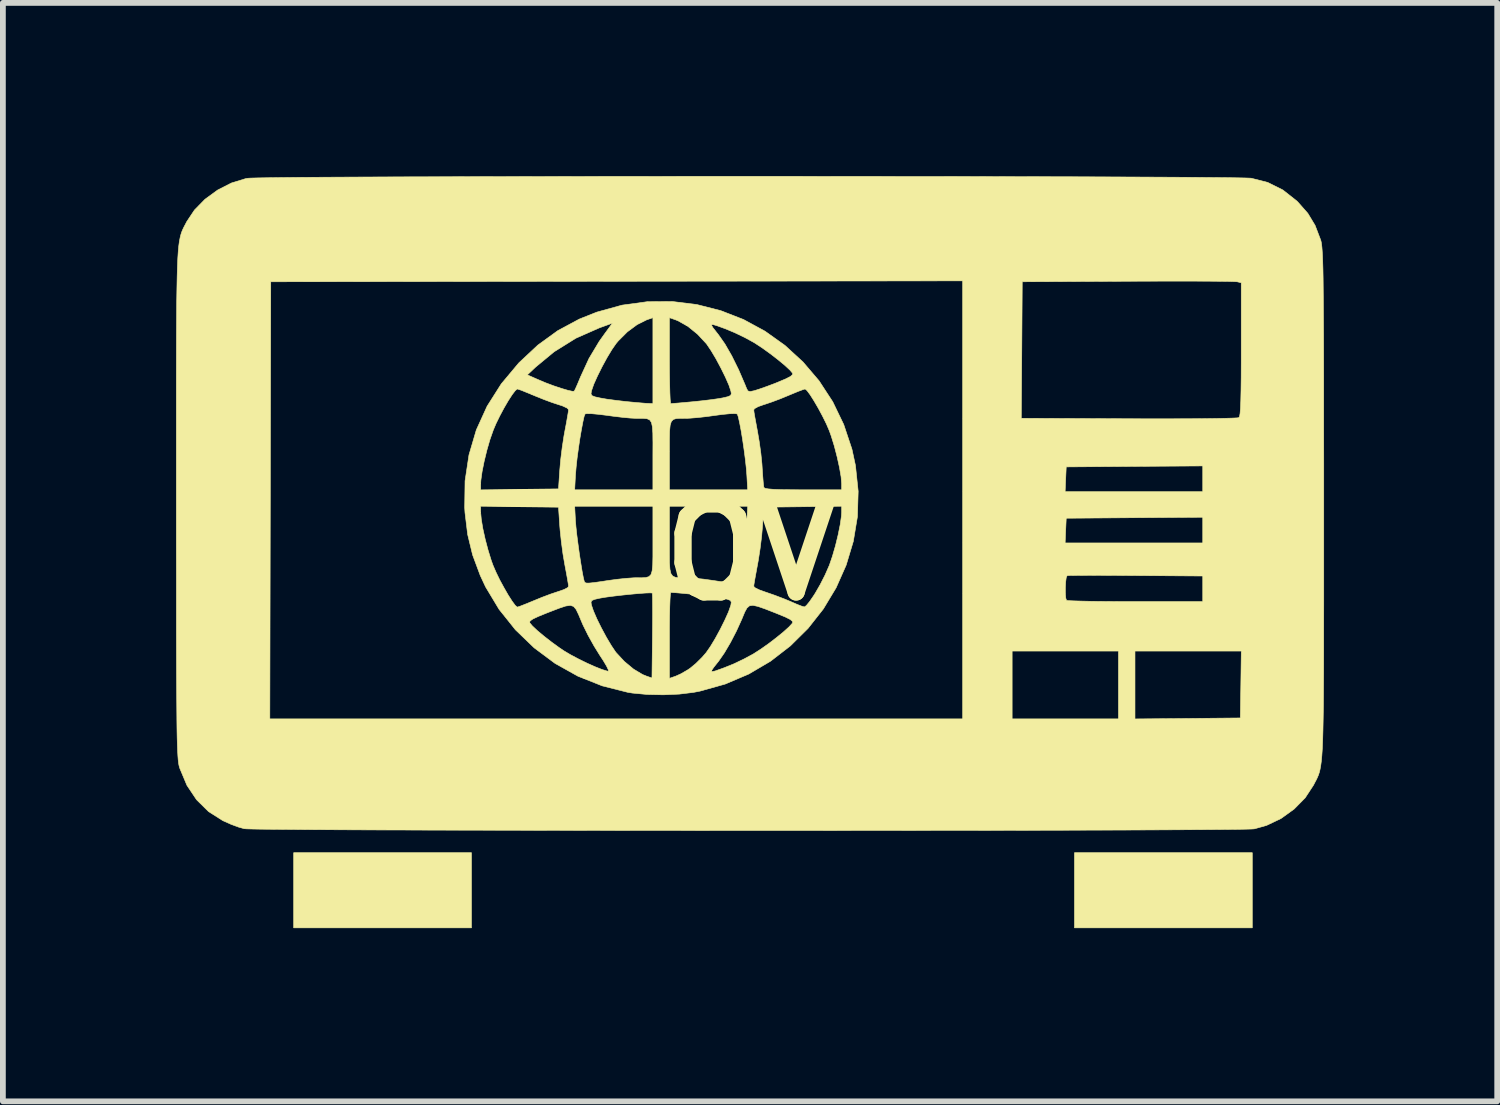
<source format=kicad_pcb>
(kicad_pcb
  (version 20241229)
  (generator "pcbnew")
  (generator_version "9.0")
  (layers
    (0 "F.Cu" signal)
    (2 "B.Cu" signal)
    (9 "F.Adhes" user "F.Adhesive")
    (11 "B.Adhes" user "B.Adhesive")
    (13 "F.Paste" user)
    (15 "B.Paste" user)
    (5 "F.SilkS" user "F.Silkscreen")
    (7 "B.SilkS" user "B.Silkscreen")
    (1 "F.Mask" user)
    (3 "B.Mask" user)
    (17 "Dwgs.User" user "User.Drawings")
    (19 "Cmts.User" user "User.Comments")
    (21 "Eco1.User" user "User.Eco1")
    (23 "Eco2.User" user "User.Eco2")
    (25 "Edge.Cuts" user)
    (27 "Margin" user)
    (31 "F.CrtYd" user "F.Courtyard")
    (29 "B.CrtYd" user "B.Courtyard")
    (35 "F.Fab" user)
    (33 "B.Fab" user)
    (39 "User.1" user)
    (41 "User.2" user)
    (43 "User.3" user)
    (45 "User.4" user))
  (footprint "OV"
    (layer "F.Cu")
    (at 9.943 6.514)
    (property "Reference" "OV" (at 0 0 0) (layer "F.SilkS") (effects (font (size 1.524 1.524) (thickness 0.3))))
    (attr through_hole)
    (fp_poly (pts (xy -4.826 6.509) (xy -7.906 6.509) (xy -7.906 5.207) (xy -4.826 5.207) (xy -4.826 6.509)) (stroke (width 0.01) (type solid)) (fill yes) (layer "F.SilkS"))
    (fp_poly (pts (xy 8.7 6.509) (xy 5.62 6.509) (xy 5.62 5.207) (xy 8.7 5.207) (xy 8.7 6.509)) (stroke (width 0.01) (type solid)) (fill yes) (layer "F.SilkS"))
    (fp_poly (pts (xy 0.791 -6.509) (xy 1.435 -6.508) (xy 2.072 -6.508) (xy 2.698 -6.507) (xy 3.311 -6.507) (xy 3.907 -6.506) (xy 4.483 -6.504) (xy 5.036 -6.503) (xy 5.562 -6.502) (xy 6.059 -6.5) (xy 6.523 -6.498) (xy 6.95 -6.496) (xy 7.339 -6.494) (xy 7.685 -6.492) (xy 7.985 -6.489) (xy 8.236 -6.487) (xy 8.435 -6.484) (xy 8.579 -6.481) (xy 8.664 -6.478) (xy 8.684 -6.476) (xy 8.967 -6.404) (xy 9.23 -6.273) (xy 9.471 -6.083) (xy 9.49 -6.064) (xy 9.662 -5.869) (xy 9.788 -5.66) (xy 9.882 -5.414) (xy 9.887 -5.4) (xy 9.894 -5.371) (xy 9.9 -5.333) (xy 9.906 -5.283) (xy 9.911 -5.218) (xy 9.916 -5.135) (xy 9.92 -5.03) (xy 9.924 -4.9) (xy 9.927 -4.742) (xy 9.929 -4.554) (xy 9.931 -4.33) (xy 9.933 -4.07) (xy 9.935 -3.768) (xy 9.936 -3.423) (xy 9.937 -3.03) (xy 9.937 -2.588) (xy 9.937 -2.091) (xy 9.938 -1.538) (xy 9.938 -0.925) (xy 9.938 -0.841) (xy 9.938 -0.216) (xy 9.938 0.349) (xy 9.938 0.857) (xy 9.937 1.311) (xy 9.937 1.715) (xy 9.936 2.072) (xy 9.934 2.385) (xy 9.932 2.657) (xy 9.928 2.893) (xy 9.924 3.094) (xy 9.919 3.264) (xy 9.913 3.407) (xy 9.905 3.525) (xy 9.896 3.623) (xy 9.885 3.703) (xy 9.873 3.768) (xy 9.859 3.823) (xy 9.843 3.869) (xy 9.825 3.911) (xy 9.805 3.952) (xy 9.782 3.995) (xy 9.761 4.036) (xy 9.617 4.256) (xy 9.424 4.452) (xy 9.196 4.616) (xy 8.946 4.735) (xy 8.735 4.794) (xy 8.687 4.797) (xy 8.58 4.8) (xy 8.415 4.803) (xy 8.196 4.805) (xy 7.927 4.807) (xy 7.61 4.809) (xy 7.248 4.811) (xy 6.846 4.813) (xy 6.405 4.815) (xy 5.93 4.816) (xy 5.423 4.818) (xy 4.887 4.819) (xy 4.326 4.82) (xy 3.743 4.821) (xy 3.141 4.821) (xy 2.523 4.822) (xy 1.893 4.822) (xy 1.253 4.823) (xy 0.607 4.823) (xy -0.042 4.823) (xy -0.691 4.823) (xy -1.336 4.822) (xy -1.975 4.822) (xy -2.605 4.821) (xy -3.221 4.82) (xy -3.822 4.819) (xy -4.403 4.818) (xy -4.962 4.817) (xy -5.495 4.816) (xy -6 4.814) (xy -6.472 4.813) (xy -6.91 4.811) (xy -7.309 4.809) (xy -7.667 4.807) (xy -7.98 4.804) (xy -8.245 4.802) (xy -8.459 4.8) (xy -8.619 4.797) (xy -8.722 4.794) (xy -8.763 4.791) (xy -8.863 4.763) (xy -8.992 4.715) (xy -9.124 4.656) (xy -9.133 4.652) (xy -9.38 4.495) (xy -9.588 4.29) (xy -9.755 4.04) (xy -9.877 3.749) (xy -9.887 3.717) (xy -9.894 3.688) (xy -9.9 3.65) (xy -9.906 3.6) (xy -9.911 3.535) (xy -9.916 3.452) (xy -9.92 3.347) (xy -9.924 3.217) (xy -9.927 3.06) (xy -9.929 2.889) (xy -8.319 2.889) (xy 3.683 2.889) (xy 3.683 1.714) (xy 4.54 1.714) (xy 4.54 2.889) (xy 6.382 2.889) (xy 6.382 1.714) (xy 6.668 1.714) (xy 6.668 2.89) (xy 7.58 2.882) (xy 8.493 2.873) (xy 8.502 2.294) (xy 8.51 1.714) (xy 6.668 1.714) (xy 6.382 1.714) (xy 4.54 1.714) (xy 3.683 1.714) (xy 3.683 0.617) (xy 5.462 0.617) (xy 5.462 0.717) (xy 5.469 0.797) (xy 5.482 0.836) (xy 5.518 0.841) (xy 5.61 0.845) (xy 5.751 0.849) (xy 5.933 0.853) (xy 6.151 0.855) (xy 6.397 0.857) (xy 6.663 0.857) (xy 6.673 0.857) (xy 7.842 0.857) (xy 7.842 0.414) (xy 6.683 0.406) (xy 6.417 0.404) (xy 6.171 0.403) (xy 5.952 0.402) (xy 5.768 0.403) (xy 5.625 0.404) (xy 5.531 0.405) (xy 5.493 0.407) (xy 5.477 0.442) (xy 5.467 0.518) (xy 5.462 0.617) (xy 3.683 0.617) (xy 3.683 -0.159) (xy 5.458 -0.159) (xy 7.842 -0.159) (xy 7.842 -0.604) (xy 6.66 -0.596) (xy 5.477 -0.587) (xy 5.467 -0.373) (xy 5.458 -0.159) (xy 3.683 -0.159) (xy 3.683 -0.905) (xy 3.683 -1.048) (xy 5.458 -1.048) (xy 7.842 -1.048) (xy 7.842 -1.493) (xy 6.66 -1.485) (xy 5.477 -1.476) (xy 5.467 -1.262) (xy 5.458 -1.048) (xy 3.683 -1.048) (xy 3.683 -2.318) (xy 4.698 -2.318) (xy 6.564 -2.31) (xy 6.903 -2.309) (xy 7.224 -2.309) (xy 7.52 -2.31) (xy 7.786 -2.311) (xy 8.017 -2.314) (xy 8.206 -2.317) (xy 8.349 -2.321) (xy 8.439 -2.325) (xy 8.469 -2.33) (xy 8.48 -2.352) (xy 8.489 -2.405) (xy 8.496 -2.494) (xy 8.501 -2.624) (xy 8.505 -2.799) (xy 8.508 -3.026) (xy 8.509 -3.307) (xy 8.509 -3.512) (xy 8.509 -4.666) (xy 8.438 -4.683) (xy 8.393 -4.686) (xy 8.292 -4.689) (xy 8.138 -4.691) (xy 7.939 -4.693) (xy 7.7 -4.694) (xy 7.426 -4.694) (xy 7.125 -4.694) (xy 6.802 -4.693) (xy 6.54 -4.692) (xy 4.715 -4.683) (xy 4.707 -3.501) (xy 4.698 -2.318) (xy 3.683 -2.318) (xy 3.683 -4.699) (xy -8.303 -4.683) (xy -8.311 -0.897) (xy -8.319 2.889) (xy -9.929 2.889) (xy -9.929 2.871) (xy -9.931 2.648) (xy -9.933 2.387) (xy -9.935 2.086) (xy -9.936 1.74) (xy -9.937 1.348) (xy -9.937 0.905) (xy -9.937 0.408) (xy -9.938 -0.145) (xy -9.938 -0.757) (xy -9.938 -0.841) (xy -9.938 -1.467) (xy -9.938 -2.032) (xy -9.938 -2.54) (xy -9.938 -2.994) (xy -9.937 -3.398) (xy -9.936 -3.755) (xy -9.934 -4.068) (xy -9.932 -4.34) (xy -9.928 -4.575) (xy -9.924 -4.777) (xy -9.919 -4.947) (xy -9.913 -5.09) (xy -9.905 -5.209) (xy -9.896 -5.306) (xy -9.885 -5.387) (xy -9.872 -5.452) (xy -9.858 -5.507) (xy -9.842 -5.554) (xy -9.824 -5.596) (xy -9.804 -5.637) (xy -9.781 -5.68) (xy -9.759 -5.723) (xy -9.624 -5.926) (xy -9.441 -6.113) (xy -9.223 -6.272) (xy -8.984 -6.394) (xy -8.74 -6.469) (xy -8.7 -6.476) (xy -8.647 -6.479) (xy -8.534 -6.482) (xy -8.364 -6.485) (xy -8.141 -6.488) (xy -7.866 -6.491) (xy -7.544 -6.493) (xy -7.178 -6.495) (xy -6.771 -6.497) (xy -6.326 -6.499) (xy -5.847 -6.501) (xy -5.336 -6.502) (xy -4.797 -6.504) (xy -4.233 -6.505) (xy -3.647 -6.506) (xy -3.043 -6.507) (xy -2.424 -6.508) (xy -1.792 -6.508) (xy -1.152 -6.509) (xy -0.505 -6.509) (xy 0.143 -6.509) (xy 0.791 -6.509)) (stroke (width 0.01) (type solid)) (fill yes) (layer "F.SilkS"))
    (fp_poly (pts (xy -0.92 -4.288) (xy -0.508 -4.183) (xy -0.113 -4.029) (xy 0.259 -3.827) (xy 0.604 -3.581) (xy 0.917 -3.294) (xy 1.195 -2.968) (xy 1.432 -2.605) (xy 1.623 -2.209) (xy 1.765 -1.783) (xy 1.826 -1.5) (xy 1.873 -1.054) (xy 1.86 -0.615) (xy 1.789 -0.187) (xy 1.665 0.225) (xy 1.491 0.617) (xy 1.27 0.984) (xy 1.004 1.322) (xy 0.698 1.625) (xy 0.355 1.89) (xy -0.022 2.112) (xy -0.431 2.286) (xy -0.866 2.408) (xy -0.98 2.43) (xy -1.226 2.46) (xy -1.502 2.472) (xy -1.782 2.466) (xy -2.037 2.442) (xy -2.118 2.429) (xy -2.561 2.317) (xy -2.983 2.149) (xy -3.378 1.928) (xy -3.74 1.658) (xy -4.065 1.345) (xy -4.165 1.219) (xy -3.819 1.219) (xy -3.817 1.224) (xy -3.771 1.279) (xy -3.685 1.36) (xy -3.57 1.456) (xy -3.438 1.559) (xy -3.303 1.657) (xy -3.223 1.711) (xy -3.11 1.778) (xy -2.974 1.85) (xy -2.828 1.922) (xy -2.687 1.985) (xy -2.566 2.033) (xy -2.478 2.06) (xy -2.454 2.063) (xy -2.455 2.039) (xy -2.486 1.974) (xy -2.543 1.878) (xy -2.604 1.785) (xy -2.703 1.625) (xy -2.806 1.44) (xy -2.894 1.262) (xy -2.918 1.206) (xy -2.971 1.08) (xy -3.013 0.993) (xy -3.057 0.941) (xy -3.113 0.923) (xy -3.193 0.934) (xy -3.307 0.972) (xy -3.468 1.034) (xy -3.517 1.053) (xy -3.665 1.113) (xy -3.761 1.158) (xy -3.81 1.192) (xy -3.819 1.219) (xy -4.165 1.219) (xy -4.347 0.992) (xy -4.581 0.603) (xy -4.674 0.404) (xy -4.806 0.049) (xy -4.892 -0.306) (xy -4.938 -0.685) (xy -4.943 -0.765) (xy -4.943 -0.795) (xy -4.667 -0.795) (xy -4.667 -0.691) (xy -4.656 -0.57) (xy -4.629 -0.407) (xy -4.588 -0.222) (xy -4.538 -0.033) (xy -4.484 0.142) (xy -4.452 0.23) (xy -4.401 0.348) (xy -4.336 0.482) (xy -4.262 0.618) (xy -4.189 0.745) (xy -4.121 0.851) (xy -4.067 0.924) (xy -4.033 0.952) (xy -4.033 0.953) (xy -3.993 0.941) (xy -3.911 0.909) (xy -3.819 0.872) (xy -2.755 0.872) (xy -2.748 0.916) (xy -2.713 1.019) (xy -2.653 1.158) (xy -2.575 1.315) (xy -2.489 1.475) (xy -2.404 1.618) (xy -2.329 1.73) (xy -2.32 1.741) (xy -2.177 1.895) (xy -2.018 2.027) (xy -1.861 2.121) (xy -1.8 2.146) (xy -1.699 2.181) (xy -1.69 1.451) (xy -1.69 1.443) (xy -1.397 1.443) (xy -1.397 2.187) (xy -1.288 2.149) (xy -1.197 2.108) (xy -1.097 2.05) (xy -0.666 2.05) (xy -0.661 2.071) (xy -0.606 2.06) (xy -0.499 2.022) (xy -0.442 2.001) (xy -0.279 1.935) (xy -0.102 1.85) (xy 0.054 1.766) (xy 0.065 1.759) (xy 0.191 1.678) (xy 0.328 1.581) (xy 0.462 1.478) (xy 0.583 1.379) (xy 0.677 1.294) (xy 0.732 1.233) (xy 0.737 1.225) (xy 0.735 1.199) (xy 0.696 1.167) (xy 0.613 1.125) (xy 0.479 1.07) (xy 0.437 1.053) (xy 0.263 0.985) (xy 0.137 0.941) (xy 0.05 0.922) (xy -0.009 0.93) (xy -0.053 0.968) (xy -0.091 1.037) (xy -0.134 1.14) (xy -0.142 1.16) (xy -0.235 1.365) (xy -0.339 1.566) (xy -0.445 1.746) (xy -0.542 1.886) (xy -0.549 1.895) (xy -0.627 1.993) (xy -0.666 2.05) (xy -1.097 2.05) (xy -1.089 2.046) (xy -1.037 2.011) (xy -0.938 1.929) (xy -0.831 1.823) (xy -0.76 1.741) (xy -0.687 1.636) (xy -0.602 1.495) (xy -0.516 1.337) (xy -0.437 1.178) (xy -0.373 1.036) (xy -0.335 0.927) (xy -0.332 0.916) (xy -0.325 0.866) (xy -0.341 0.837) (xy -0.395 0.816) (xy -0.481 0.797) (xy -0.565 0.783) (xy -0.692 0.766) (xy -0.844 0.748) (xy -1.005 0.73) (xy -1.157 0.715) (xy -1.283 0.704) (xy -1.366 0.699) (xy -1.373 0.699) (xy -1.38 0.729) (xy -1.386 0.814) (xy -1.391 0.945) (xy -1.395 1.113) (xy -1.397 1.309) (xy -1.397 1.443) (xy -1.69 1.443) (xy -1.688 1.242) (xy -1.687 1.056) (xy -1.688 0.901) (xy -1.689 0.786) (xy -1.692 0.72) (xy -1.694 0.709) (xy -1.73 0.706) (xy -1.815 0.709) (xy -1.936 0.718) (xy -2.079 0.731) (xy -2.231 0.747) (xy -2.376 0.764) (xy -2.503 0.781) (xy -2.597 0.797) (xy -2.598 0.797) (xy -2.695 0.819) (xy -2.743 0.84) (xy -2.755 0.872) (xy -3.819 0.872) (xy -3.8 0.864) (xy -3.747 0.842) (xy -3.603 0.783) (xy -3.457 0.728) (xy -3.335 0.687) (xy -3.316 0.681) (xy -3.222 0.648) (xy -3.159 0.615) (xy -3.143 0.596) (xy -3.143 0.595) (xy 0.064 0.595) (xy 0.092 0.621) (xy 0.165 0.656) (xy 0.269 0.693) (xy 0.278 0.696) (xy 0.428 0.748) (xy 0.593 0.811) (xy 0.699 0.855) (xy 0.806 0.902) (xy 0.893 0.936) (xy 0.941 0.95) (xy 0.942 0.95) (xy 0.975 0.926) (xy 1.03 0.859) (xy 1.097 0.762) (xy 1.128 0.714) (xy 1.214 0.565) (xy 1.3 0.396) (xy 1.368 0.241) (xy 1.373 0.23) (xy 1.427 0.072) (xy 1.48 -0.111) (xy 1.526 -0.3) (xy 1.562 -0.478) (xy 1.583 -0.626) (xy 1.587 -0.691) (xy 1.587 -0.795) (xy 0.913 -0.786) (xy 0.238 -0.778) (xy 0.216 -0.451) (xy 0.2 -0.269) (xy 0.174 -0.06) (xy 0.143 0.142) (xy 0.129 0.218) (xy 0.103 0.36) (xy 0.081 0.48) (xy 0.067 0.564) (xy 0.064 0.595) (xy -3.143 0.595) (xy -3.149 0.552) (xy -3.164 0.461) (xy -3.187 0.335) (xy -3.209 0.218) (xy -3.241 0.031) (xy -3.269 -0.18) (xy -3.29 -0.378) (xy -3.296 -0.451) (xy -3.318 -0.778) (xy -3.993 -0.786) (xy -4.568 -0.794) (xy -3.038 -0.794) (xy -3.025 -0.548) (xy -3.016 -0.44) (xy -3.001 -0.3) (xy -2.98 -0.139) (xy -2.957 0.029) (xy -2.932 0.191) (xy -2.909 0.333) (xy -2.888 0.443) (xy -2.872 0.507) (xy -2.868 0.516) (xy -2.855 0.53) (xy -2.829 0.537) (xy -2.78 0.536) (xy -2.696 0.527) (xy -2.567 0.509) (xy -2.458 0.492) (xy -2.302 0.471) (xy -2.151 0.455) (xy -2.026 0.446) (xy -1.984 0.444) (xy -1.882 0.445) (xy -1.806 0.441) (xy -1.752 0.425) (xy -1.716 0.389) (xy -1.696 0.324) (xy -1.686 0.223) (xy -1.683 0.077) (xy -1.683 0.022) (xy -1.397 0.022) (xy -1.396 0.183) (xy -1.388 0.297) (xy -1.371 0.372) (xy -1.339 0.416) (xy -1.29 0.438) (xy -1.218 0.445) (xy -1.12 0.446) (xy -1.079 0.446) (xy -0.959 0.453) (xy -0.808 0.468) (xy -0.658 0.489) (xy -0.651 0.49) (xy -0.47 0.517) (xy -0.343 0.532) (xy -0.262 0.534) (xy -0.22 0.524) (xy -0.211 0.516) (xy -0.197 0.469) (xy -0.178 0.373) (xy -0.155 0.24) (xy -0.131 0.083) (xy -0.107 -0.084) (xy -0.085 -0.249) (xy -0.068 -0.398) (xy -0.057 -0.517) (xy -0.055 -0.548) (xy -0.041 -0.794) (xy -1.397 -0.794) (xy -1.397 -0.194) (xy -1.397 0.022) (xy -1.683 0.022) (xy -1.683 -0.122) (xy -1.683 -0.194) (xy -1.683 -0.794) (xy -3.038 -0.794) (xy -4.568 -0.794) (xy -4.667 -0.795) (xy -4.943 -0.795) (xy -4.939 -1.078) (xy -4.667 -1.078) (xy -4.568 -1.079) (xy -3.038 -1.079) (xy -1.683 -1.079) (xy -1.683 -1.679) (xy -1.682 -1.896) (xy -1.683 -1.948) (xy -1.397 -1.948) (xy -1.397 -1.749) (xy -1.397 -1.679) (xy -1.397 -1.079) (xy -0.041 -1.079) (xy -0.055 -1.326) (xy -0.065 -1.453) (xy -0.082 -1.608) (xy -0.104 -1.776) (xy -0.129 -1.947) (xy -0.155 -2.106) (xy -0.181 -2.241) (xy -0.203 -2.34) (xy -0.22 -2.391) (xy -0.222 -2.393) (xy -0.263 -2.4) (xy -0.353 -2.397) (xy -0.478 -2.385) (xy -0.598 -2.369) (xy -0.759 -2.347) (xy -0.913 -2.33) (xy -1.04 -2.32) (xy -1.101 -2.317) (xy -1.202 -2.318) (xy -1.276 -2.314) (xy -1.329 -2.298) (xy -1.364 -2.261) (xy -1.384 -2.196) (xy -1.394 -2.095) (xy -1.397 -1.948) (xy -1.683 -1.948) (xy -1.684 -2.057) (xy -1.692 -2.171) (xy -1.708 -2.246) (xy -1.739 -2.29) (xy -1.786 -2.311) (xy -1.854 -2.317) (xy -1.946 -2.317) (xy -1.979 -2.317) (xy -2.075 -2.322) (xy -2.213 -2.335) (xy -2.371 -2.354) (xy -2.481 -2.369) (xy -2.627 -2.387) (xy -2.747 -2.398) (xy -2.829 -2.399) (xy -2.858 -2.393) (xy -2.875 -2.349) (xy -2.896 -2.255) (xy -2.921 -2.123) (xy -2.948 -1.966) (xy -2.973 -1.797) (xy -2.996 -1.627) (xy -3.013 -1.47) (xy -3.024 -1.339) (xy -3.025 -1.326) (xy -3.038 -1.079) (xy -4.568 -1.079) (xy -3.993 -1.087) (xy -3.318 -1.095) (xy -3.296 -1.422) (xy -3.28 -1.604) (xy -3.254 -1.813) (xy -3.223 -2.015) (xy -3.209 -2.092) (xy -3.182 -2.234) (xy -3.161 -2.354) (xy -3.147 -2.438) (xy -3.144 -2.466) (xy 0.064 -2.466) (xy 0.069 -2.421) (xy 0.085 -2.328) (xy 0.108 -2.203) (xy 0.128 -2.095) (xy 0.159 -1.913) (xy 0.187 -1.712) (xy 0.206 -1.525) (xy 0.21 -1.46) (xy 0.219 -1.325) (xy 0.228 -1.212) (xy 0.236 -1.138) (xy 0.24 -1.119) (xy 0.26 -1.105) (xy 0.315 -1.095) (xy 0.411 -1.087) (xy 0.554 -1.082) (xy 0.751 -1.08) (xy 0.92 -1.079) (xy 1.587 -1.079) (xy 1.587 -1.183) (xy 1.577 -1.304) (xy 1.549 -1.466) (xy 1.508 -1.651) (xy 1.459 -1.84) (xy 1.405 -2.014) (xy 1.373 -2.103) (xy 1.322 -2.222) (xy 1.256 -2.355) (xy 1.183 -2.491) (xy 1.109 -2.618) (xy 1.042 -2.724) (xy 0.987 -2.798) (xy 0.954 -2.826) (xy 0.953 -2.826) (xy 0.914 -2.814) (xy 0.831 -2.783) (xy 0.72 -2.737) (xy 0.667 -2.715) (xy 0.524 -2.656) (xy 0.377 -2.601) (xy 0.256 -2.56) (xy 0.236 -2.554) (xy 0.142 -2.521) (xy 0.08 -2.487) (xy 0.064 -2.466) (xy -3.144 -2.466) (xy -3.143 -2.469) (xy -3.171 -2.496) (xy -3.243 -2.53) (xy -3.316 -2.554) (xy -3.429 -2.591) (xy -3.572 -2.644) (xy -3.718 -2.703) (xy -3.747 -2.715) (xy -3.806 -2.74) (xy -2.755 -2.74) (xy -2.738 -2.71) (xy -2.684 -2.689) (xy -2.598 -2.67) (xy -2.484 -2.65) (xy -2.327 -2.629) (xy -2.149 -2.608) (xy -1.97 -2.591) (xy -1.813 -2.578) (xy -1.77 -2.576) (xy -1.683 -2.572) (xy -1.683 -3.316) (xy -1.397 -3.316) (xy -1.396 -3.106) (xy -1.393 -2.919) (xy -1.389 -2.764) (xy -1.384 -2.649) (xy -1.377 -2.584) (xy -1.373 -2.572) (xy -1.334 -2.575) (xy -1.245 -2.582) (xy -1.121 -2.593) (xy -1 -2.604) (xy -0.836 -2.621) (xy -0.677 -2.64) (xy -0.543 -2.659) (xy -0.481 -2.67) (xy -0.385 -2.692) (xy -0.337 -2.713) (xy -0.324 -2.745) (xy -0.332 -2.789) (xy -0.366 -2.892) (xy -0.427 -3.031) (xy -0.505 -3.189) (xy -0.59 -3.348) (xy -0.676 -3.492) (xy -0.751 -3.603) (xy -0.76 -3.614) (xy -0.911 -3.776) (xy -1.079 -3.912) (xy -1.12 -3.935) (xy -0.669 -3.935) (xy -0.647 -3.893) (xy -0.583 -3.811) (xy -0.549 -3.768) (xy -0.436 -3.607) (xy -0.317 -3.4) (xy -0.198 -3.159) (xy -0.087 -2.901) (xy -0.061 -2.836) (xy -0.038 -2.793) (xy -0.000325 -2.781) (xy 0.073 -2.796) (xy 0.086 -2.8) (xy 0.17 -2.827) (xy 0.292 -2.87) (xy 0.43 -2.922) (xy 0.484 -2.944) (xy 0.619 -3.001) (xy 0.701 -3.043) (xy 0.737 -3.076) (xy 0.737 -3.099) (xy 0.69 -3.154) (xy 0.603 -3.235) (xy 0.486 -3.332) (xy 0.354 -3.434) (xy 0.217 -3.533) (xy 0.088 -3.618) (xy 0.065 -3.632) (xy -0.088 -3.716) (xy -0.265 -3.801) (xy -0.43 -3.87) (xy -0.442 -3.874) (xy -0.571 -3.921) (xy -0.646 -3.943) (xy -0.669 -3.935) (xy -1.12 -3.935) (xy -1.246 -4.006) (xy -1.288 -4.023) (xy -1.397 -4.061) (xy -1.397 -3.316) (xy -1.683 -3.316) (xy -1.683 -4.061) (xy -1.792 -4.023) (xy -1.956 -3.941) (xy -2.125 -3.816) (xy -2.282 -3.659) (xy -2.32 -3.614) (xy -2.393 -3.509) (xy -2.478 -3.368) (xy -2.564 -3.21) (xy -2.643 -3.051) (xy -2.707 -2.909) (xy -2.745 -2.8) (xy -2.748 -2.789) (xy -2.755 -2.74) (xy -3.806 -2.74) (xy -3.866 -2.764) (xy -3.962 -2.803) (xy -4.022 -2.823) (xy -4.032 -2.826) (xy -4.066 -2.799) (xy -4.121 -2.727) (xy -4.189 -2.622) (xy -4.263 -2.495) (xy -4.336 -2.358) (xy -4.401 -2.225) (xy -4.448 -2.114) (xy -4.505 -1.952) (xy -4.559 -1.765) (xy -4.606 -1.573) (xy -4.642 -1.394) (xy -4.663 -1.245) (xy -4.667 -1.182) (xy -4.667 -1.078) (xy -4.939 -1.078) (xy -4.937 -1.233) (xy -4.869 -1.684) (xy -4.742 -2.116) (xy -4.555 -2.527) (xy -4.309 -2.915) (xy -4.179 -3.07) (xy -3.858 -3.07) (xy -3.683 -2.993) (xy -3.544 -2.934) (xy -3.4 -2.88) (xy -3.265 -2.835) (xy -3.153 -2.802) (xy -3.075 -2.785) (xy -3.046 -2.788) (xy -3.026 -2.826) (xy -2.99 -2.907) (xy -2.945 -3.015) (xy -2.938 -3.032) (xy -2.79 -3.354) (xy -2.614 -3.648) (xy -2.523 -3.776) (xy -2.383 -3.967) (xy -2.612 -3.884) (xy -3.016 -3.706) (xy -3.393 -3.471) (xy -3.715 -3.205) (xy -3.858 -3.07) (xy -4.179 -3.07) (xy -4.007 -3.276) (xy -4.004 -3.279) (xy -3.677 -3.585) (xy -3.331 -3.836) (xy -2.957 -4.037) (xy -2.655 -4.157) (xy -2.218 -4.278) (xy -1.779 -4.338) (xy -1.345 -4.341) (xy -0.92 -4.288)) (stroke (width 0.01) (type solid)) (fill yes) (layer "F.SilkS")))
  (gr_rect
    (start -3 -3)
    (end 22.886 16.028)
    (stroke (width 0.1) (type default))
    (fill no)
    (layer "Edge.Cuts")))
</source>
